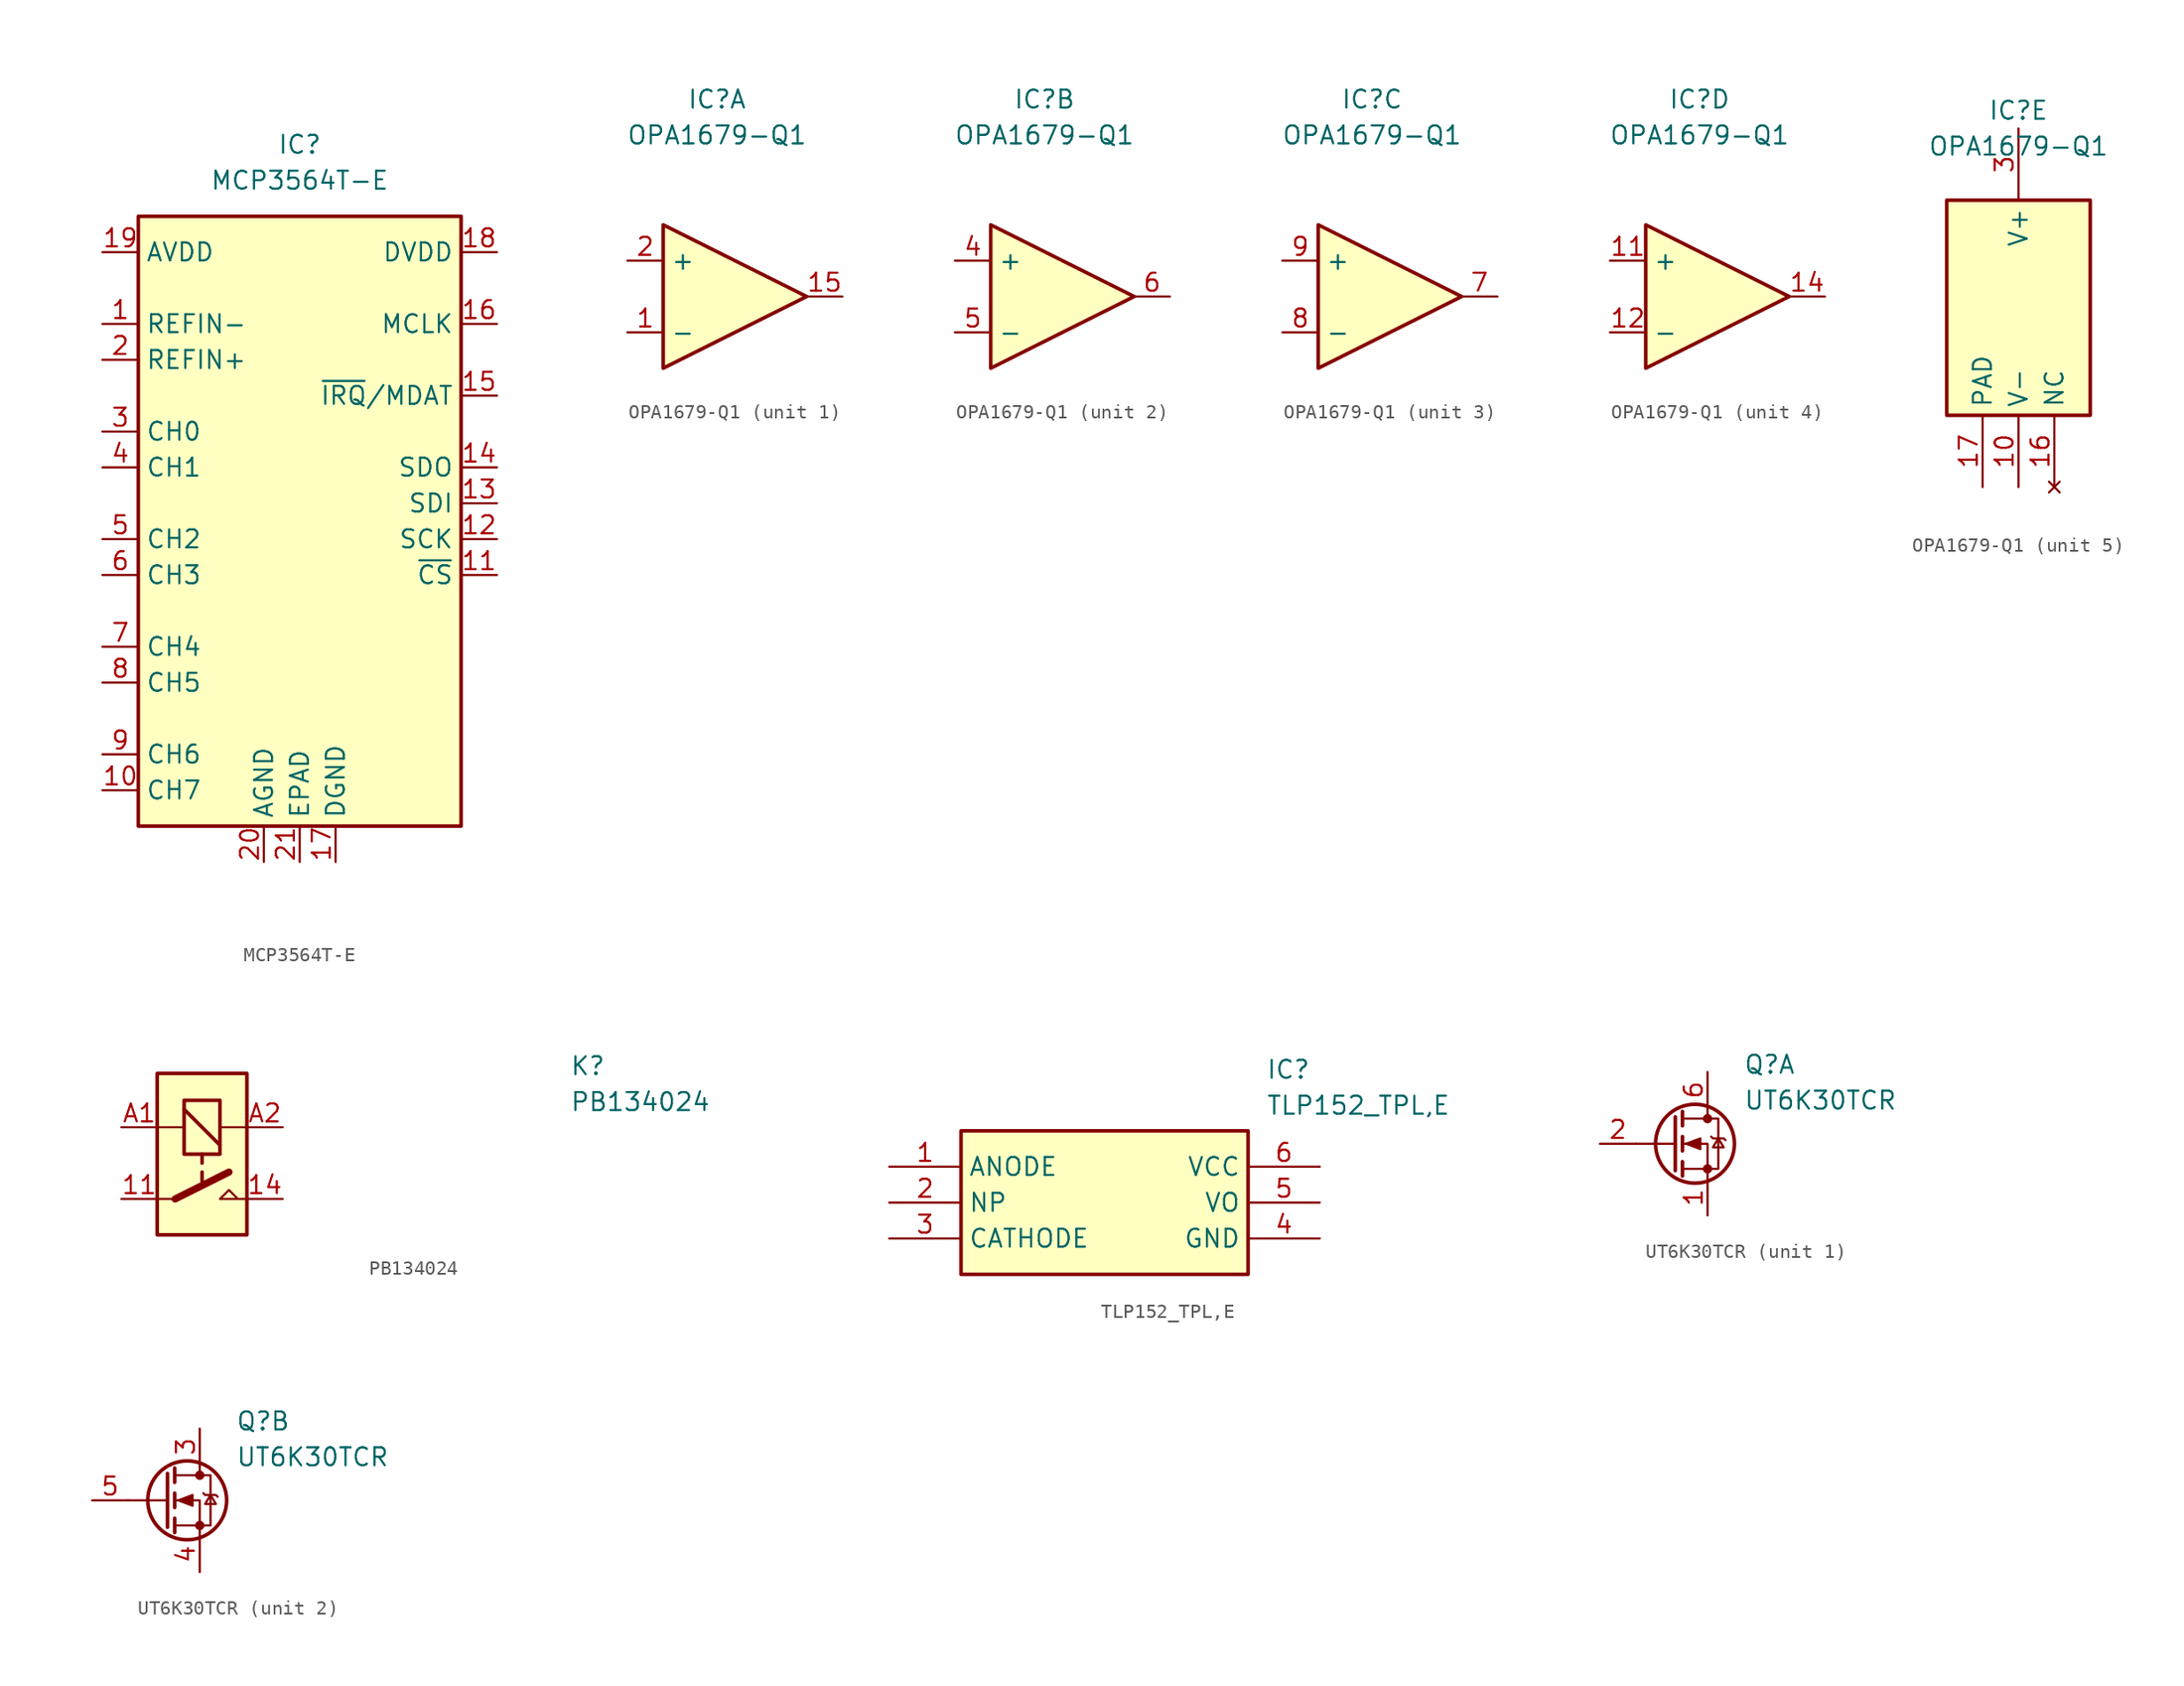
<source format=kicad_sym>
(kicad_symbol_lib
  (version 20231120)
  (generator "kicad_symbol_editor")
  (generator_version "8.0")
  (symbol "MCP3564T-E"
    (property "Reference" "IC"
      (at 0 26.67 0)
      (effects (font (size 1.27 1.27))))
    (property "Value" "MCP3564T-E"
      (at 0 24.13 0)
      (effects (font (size 1.27 1.27))))
    (symbol "MCP3564T-E_1_1"
      (rectangle (start -11.43 21.59) (end 11.43 -21.59) (stroke (width 0.254) (type default)) (fill (type background)))
      (pin passive line (at -13.97 13.97 0) (length 2.54) (name "REFIN-" (effects (font (size 1.27 1.27)))) (number "1" (effects (font (size 1.27 1.27)))))
      (pin passive line (at -13.97 -19.05 0) (length 2.54) (name "CH7" (effects (font (size 1.27 1.27)))) (number "10" (effects (font (size 1.27 1.27)))))
      (pin passive line (at 13.97 -3.81 180) (length 2.54) (name "~{CS}" (effects (font (size 1.27 1.27)))) (number "11" (effects (font (size 1.27 1.27)))))
      (pin passive line (at 13.97 -1.27 180) (length 2.54) (name "SCK" (effects (font (size 1.27 1.27)))) (number "12" (effects (font (size 1.27 1.27)))))
      (pin passive line (at 13.97 1.27 180) (length 2.54) (name "SDI" (effects (font (size 1.27 1.27)))) (number "13" (effects (font (size 1.27 1.27)))))
      (pin passive line (at 13.97 3.81 180) (length 2.54) (name "SDO" (effects (font (size 1.27 1.27)))) (number "14" (effects (font (size 1.27 1.27)))))
      (pin passive line (at 13.97 8.89 180) (length 2.54) (name "~{IRQ}/MDAT" (effects (font (size 1.27 1.27)))) (number "15" (effects (font (size 1.27 1.27)))))
      (pin passive line (at 13.97 13.97 180) (length 2.54) (name "MCLK" (effects (font (size 1.27 1.27)))) (number "16" (effects (font (size 1.27 1.27)))))
      (pin passive line (at 2.54 -24.13 90) (length 2.54) (name "DGND" (effects (font (size 1.27 1.27)))) (number "17" (effects (font (size 1.27 1.27)))))
      (pin passive line (at 13.97 19.05 180) (length 2.54) (name "DVDD" (effects (font (size 1.27 1.27)))) (number "18" (effects (font (size 1.27 1.27)))))
      (pin passive line (at -13.97 19.05 0) (length 2.54) (name "AVDD" (effects (font (size 1.27 1.27)))) (number "19" (effects (font (size 1.27 1.27)))))
      (pin passive line (at -13.97 11.43 0) (length 2.54) (name "REFIN+" (effects (font (size 1.27 1.27)))) (number "2" (effects (font (size 1.27 1.27)))))
      (pin passive line (at -2.54 -24.13 90) (length 2.54) (name "AGND" (effects (font (size 1.27 1.27)))) (number "20" (effects (font (size 1.27 1.27)))))
      (pin passive line (at 0 -24.13 90) (length 2.54) (name "EPAD" (effects (font (size 1.27 1.27)))) (number "21" (effects (font (size 1.27 1.27)))))
      (pin passive line (at -13.97 6.35 0) (length 2.54) (name "CH0" (effects (font (size 1.27 1.27)))) (number "3" (effects (font (size 1.27 1.27)))))
      (pin passive line (at -13.97 3.81 0) (length 2.54) (name "CH1" (effects (font (size 1.27 1.27)))) (number "4" (effects (font (size 1.27 1.27)))))
      (pin passive line (at -13.97 -1.27 0) (length 2.54) (name "CH2" (effects (font (size 1.27 1.27)))) (number "5" (effects (font (size 1.27 1.27)))))
      (pin passive line (at -13.97 -3.81 0) (length 2.54) (name "CH3" (effects (font (size 1.27 1.27)))) (number "6" (effects (font (size 1.27 1.27)))))
      (pin passive line (at -13.97 -8.89 0) (length 2.54) (name "CH4" (effects (font (size 1.27 1.27)))) (number "7" (effects (font (size 1.27 1.27)))))
      (pin passive line (at -13.97 -11.43 0) (length 2.54) (name "CH5" (effects (font (size 1.27 1.27)))) (number "8" (effects (font (size 1.27 1.27)))))
      (pin passive line (at -13.97 -16.51 0) (length 2.54) (name "CH6" (effects (font (size 1.27 1.27)))) (number "9" (effects (font (size 1.27 1.27)))))))
  (symbol "OPA1679-Q1"
    (property "Reference" "IC"
      (at 0 13.97 0)
      (effects (font (size 1.27 1.27))))
    (property "Value" "OPA1679-Q1"
      (at 0 11.43 0)
      (effects (font (size 1.27 1.27))))
    (property "ki_locked" ""
      (at 0 0 0)
      (effects (font (size 1.27 1.27))))
    (symbol "OPA1679-Q1_1_1"
      (polyline (pts (xy -3.81 5.08) (xy 6.35 0) (xy -3.81 -5.08) (xy -3.81 5.08)) (stroke (width 0.254) (type default)) (fill (type background)))
      (pin input line (at -6.35 -2.54 0) (length 2.54) (name "-" (effects (font (size 1.27 1.27)))) (number "1" (effects (font (size 1.27 1.27)))))
      (pin output line (at 8.89 0 180) (length 2.54) (name "~" (effects (font (size 1.27 1.27)))) (number "15" (effects (font (size 1.27 1.27)))))
      (pin input line (at -6.35 2.54 0) (length 2.54) (name "+" (effects (font (size 1.27 1.27)))) (number "2" (effects (font (size 1.27 1.27))))))
    (symbol "OPA1679-Q1_2_1"
      (polyline (pts (xy -3.81 5.08) (xy 6.35 0) (xy -3.81 -5.08) (xy -3.81 5.08)) (stroke (width 0.254) (type default)) (fill (type background)))
      (pin input line (at -6.35 2.54 0) (length 2.54) (name "+" (effects (font (size 1.27 1.27)))) (number "4" (effects (font (size 1.27 1.27)))))
      (pin input line (at -6.35 -2.54 0) (length 2.54) (name "-" (effects (font (size 1.27 1.27)))) (number "5" (effects (font (size 1.27 1.27)))))
      (pin output line (at 8.89 0 180) (length 2.54) (name "~" (effects (font (size 1.27 1.27)))) (number "6" (effects (font (size 1.27 1.27))))))
    (symbol "OPA1679-Q1_3_1"
      (polyline (pts (xy -3.81 5.08) (xy 6.35 0) (xy -3.81 -5.08) (xy -3.81 5.08)) (stroke (width 0.254) (type default)) (fill (type background)))
      (pin output line (at 8.89 0 180) (length 2.54) (name "~" (effects (font (size 1.27 1.27)))) (number "7" (effects (font (size 1.27 1.27)))))
      (pin input line (at -6.35 -2.54 0) (length 2.54) (name "-" (effects (font (size 1.27 1.27)))) (number "8" (effects (font (size 1.27 1.27)))))
      (pin input line (at -6.35 2.54 0) (length 2.54) (name "+" (effects (font (size 1.27 1.27)))) (number "9" (effects (font (size 1.27 1.27))))))
    (symbol "OPA1679-Q1_4_1"
      (polyline (pts (xy -3.81 5.08) (xy 6.35 0) (xy -3.81 -5.08) (xy -3.81 5.08)) (stroke (width 0.254) (type default)) (fill (type background)))
      (pin input line (at -6.35 2.54 0) (length 2.54) (name "+" (effects (font (size 1.27 1.27)))) (number "11" (effects (font (size 1.27 1.27)))))
      (pin input line (at -6.35 -2.54 0) (length 2.54) (name "-" (effects (font (size 1.27 1.27)))) (number "12" (effects (font (size 1.27 1.27)))))
      (pin output line (at 8.89 0 180) (length 2.54) (name "~" (effects (font (size 1.27 1.27)))) (number "14" (effects (font (size 1.27 1.27))))))
    (symbol "OPA1679-Q1_5_0"
      (pin power_in line (at 0 -12.7 90) (length 5.08) (name "V-" (effects (font (size 1.27 1.27)))) (number "10" (effects (font (size 1.27 1.27)))))
      (pin no_connect line (at 2.54 -12.7 90) (length 5.08) hide (name "NC" (effects (font (size 1.27 1.27)))) (number "13" (effects (font (size 1.27 1.27)))))
      (pin no_connect line (at 2.54 -12.7 90) (length 5.08) (name "NC" (effects (font (size 1.27 1.27)))) (number "16" (effects (font (size 1.27 1.27)))))
      (pin passive line (at -2.54 -12.7 90) (length 5.08) (name "PAD" (effects (font (size 1.27 1.27)))) (number "17" (effects (font (size 1.27 1.27)))))
      (pin power_in line (at 0 12.7 270) (length 5.08) (name "V+" (effects (font (size 1.27 1.27)))) (number "3" (effects (font (size 1.27 1.27))))))
    (symbol "OPA1679-Q1_5_1"
      (rectangle (start -5.08 7.62) (end 5.08 -7.62) (stroke (width 0.254) (type default)) (fill (type background)))))
  (symbol "PB134024"
    (pin_names hide)
    (property "Reference" "K"
      (at 26.67 7.62 0)
      (effects (font (size 1.27 1.27)) (justify left top)))
    (property "Value" "PB134024"
      (at 26.67 5.08 0)
      (effects (font (size 1.27 1.27)) (justify left top)))
    (symbol "PB134024_0_0"
      (polyline (pts (xy 3.81 -2.54) (xy 1.905 -2.54) (xy 2.54 -1.905) (xy 3.175 -2.54)) (stroke (width 0) (type default)) (fill (type none))))
    (symbol "PB134024_0_1"
      (rectangle (start -2.54 6.35) (end 3.81 -5.08) (stroke (width 0.254) (type default)) (fill (type background)))
      (rectangle (start -0.635 4.445) (end 1.905 0.635) (stroke (width 0.254) (type default)) (fill (type none)))
      (polyline (pts (xy -1.27 -2.54) (xy -2.54 -2.54)) (stroke (width 0) (type default)) (fill (type none)))
      (polyline (pts (xy -1.27 -2.54) (xy 2.54 -0.635)) (stroke (width 0.508) (type default)) (fill (type none)))
      (polyline (pts (xy -0.635 2.54) (xy -2.54 2.54)) (stroke (width 0) (type default)) (fill (type none)))
      (polyline (pts (xy -0.635 3.81) (xy 1.905 1.27)) (stroke (width 0.254) (type default)) (fill (type none)))
      (polyline (pts (xy 0.635 -0.635) (xy 0.635 -1.27)) (stroke (width 0.254) (type default)) (fill (type none)))
      (polyline (pts (xy 0.635 0.635) (xy 0.635 0)) (stroke (width 0.254) (type default)) (fill (type none)))
      (polyline (pts (xy 3.81 2.54) (xy 1.905 2.54)) (stroke (width 0) (type default)) (fill (type none))))
    (symbol "PB134024_1_1"
      (pin passive line (at -5.08 -2.54 0) (length 2.54) (name "COM" (effects (font (size 1.27 1.27)))) (number "11" (effects (font (size 1.27 1.27)))))
      (pin passive line (at 6.35 -2.54 180) (length 2.54) (name "NO" (effects (font (size 1.27 1.27)))) (number "14" (effects (font (size 1.27 1.27)))))
      (pin passive line (at -5.08 2.54 0) (length 2.54) (name "COIL_1" (effects (font (size 1.27 1.27)))) (number "A1" (effects (font (size 1.27 1.27)))))
      (pin passive line (at 6.35 2.54 180) (length 2.54) (name "COIL_2" (effects (font (size 1.27 1.27)))) (number "A2" (effects (font (size 1.27 1.27)))))))
  (symbol "TLP152_TPL,E"
    (property "Reference" "IC"
      (at 26.67 7.62 0)
      (effects (font (size 1.27 1.27)) (justify left top)))
    (property "Value" "TLP152_TPL,E"
      (at 26.67 5.08 0)
      (effects (font (size 1.27 1.27)) (justify left top)))
    (symbol "TLP152_TPL,E_1_1"
      (rectangle (start 5.08 2.54) (end 25.4 -7.62) (stroke (width 0.254) (type default)) (fill (type background)))
      (pin passive line (at 0 0 0) (length 5.08) (name "ANODE" (effects (font (size 1.27 1.27)))) (number "1" (effects (font (size 1.27 1.27)))))
      (pin passive line (at 0 -2.54 0) (length 5.08) (name "NP" (effects (font (size 1.27 1.27)))) (number "2" (effects (font (size 1.27 1.27)))))
      (pin passive line (at 0 -5.08 0) (length 5.08) (name "CATHODE" (effects (font (size 1.27 1.27)))) (number "3" (effects (font (size 1.27 1.27)))))
      (pin passive line (at 30.48 -5.08 180) (length 5.08) (name "GND" (effects (font (size 1.27 1.27)))) (number "4" (effects (font (size 1.27 1.27)))))
      (pin passive line (at 30.48 -2.54 180) (length 5.08) (name "VO" (effects (font (size 1.27 1.27)))) (number "5" (effects (font (size 1.27 1.27)))))
      (pin passive line (at 30.48 0 180) (length 5.08) (name "VCC" (effects (font (size 1.27 1.27)))) (number "6" (effects (font (size 1.27 1.27)))))))
  (symbol "UT6K30TCR"
    (pin_names hide)
    (property "Reference" "Q"
      (at 2.54 6.35 0)
      (effects (font (size 1.27 1.27)) (justify left top)))
    (property "Value" "UT6K30TCR"
      (at 2.54 3.81 0)
      (effects (font (size 1.27 1.27)) (justify left top)))
    (symbol "UT6K30TCR_0_1"
      (circle (center -0.889 0) (radius 2.794) (stroke (width 0.254) (type default)) (fill (type none)))
      (circle (center 0 -1.778) (radius 0.254) (stroke (width 0) (type default)) (fill (type outline)))
      (polyline (pts (xy -2.286 0) (xy -5.08 0)) (stroke (width 0) (type default)) (fill (type none)))
      (polyline (pts (xy -2.286 1.905) (xy -2.286 -1.905)) (stroke (width 0.254) (type default)) (fill (type none)))
      (polyline (pts (xy -1.778 -1.27) (xy -1.778 -2.286)) (stroke (width 0.254) (type default)) (fill (type none)))
      (polyline (pts (xy -1.778 0.508) (xy -1.778 -0.508)) (stroke (width 0.254) (type default)) (fill (type none)))
      (polyline (pts (xy -1.778 2.286) (xy -1.778 1.27)) (stroke (width 0.254) (type default)) (fill (type none)))
      (polyline (pts (xy 0 2.54) (xy 0 1.778)) (stroke (width 0) (type default)) (fill (type none)))
      (polyline (pts (xy 0 -2.54) (xy 0 0) (xy -1.778 0)) (stroke (width 0) (type default)) (fill (type none)))
      (polyline (pts (xy -1.778 -1.778) (xy 0.762 -1.778) (xy 0.762 1.778) (xy -1.778 1.778)) (stroke (width 0) (type default)) (fill (type none)))
      (polyline (pts (xy -1.524 0) (xy -0.508 0.381) (xy -0.508 -0.381) (xy -1.524 0)) (stroke (width 0) (type default)) (fill (type outline)))
      (polyline (pts (xy 0.254 0.508) (xy 0.381 0.381) (xy 1.143 0.381) (xy 1.27 0.254)) (stroke (width 0) (type default)) (fill (type none)))
      (polyline (pts (xy 0.762 0.381) (xy 0.381 -0.254) (xy 1.143 -0.254) (xy 0.762 0.381)) (stroke (width 0) (type default)) (fill (type none)))
      (circle (center 0 1.778) (radius 0.254) (stroke (width 0) (type default)) (fill (type outline))))
    (symbol "UT6K30TCR_1_1"
      (pin passive line (at 0 -5.08 90) (length 2.54) (name "S" (effects (font (size 1.27 1.27)))) (number "1" (effects (font (size 1.27 1.27)))))
      (pin input line (at -7.62 0 0) (length 2.54) (name "G" (effects (font (size 1.27 1.27)))) (number "2" (effects (font (size 1.27 1.27)))))
      (pin passive line (at 0 5.08 270) (length 2.54) (name "D" (effects (font (size 1.27 1.27)))) (number "6" (effects (font (size 1.27 1.27)))))
      (pin passive line (at 0 5.08 270) (length 2.54) hide (name "D" (effects (font (size 1.27 1.27)))) (number "7" (effects (font (size 1.27 1.27))))))
    (symbol "UT6K30TCR_2_1"
      (pin passive line (at 0 5.08 270) (length 2.54) (name "D" (effects (font (size 1.27 1.27)))) (number "3" (effects (font (size 1.27 1.27)))))
      (pin passive line (at 0 -5.08 90) (length 2.54) (name "S" (effects (font (size 1.27 1.27)))) (number "4" (effects (font (size 1.27 1.27)))))
      (pin passive line (at -7.62 0 0) (length 2.54) (name "G" (effects (font (size 1.27 1.27)))) (number "5" (effects (font (size 1.27 1.27)))))
      (pin passive line (at 0 5.08 270) (length 2.54) hide (name "D" (effects (font (size 1.27 1.27)))) (number "8" (effects (font (size 1.27 1.27))))))))
</source>
